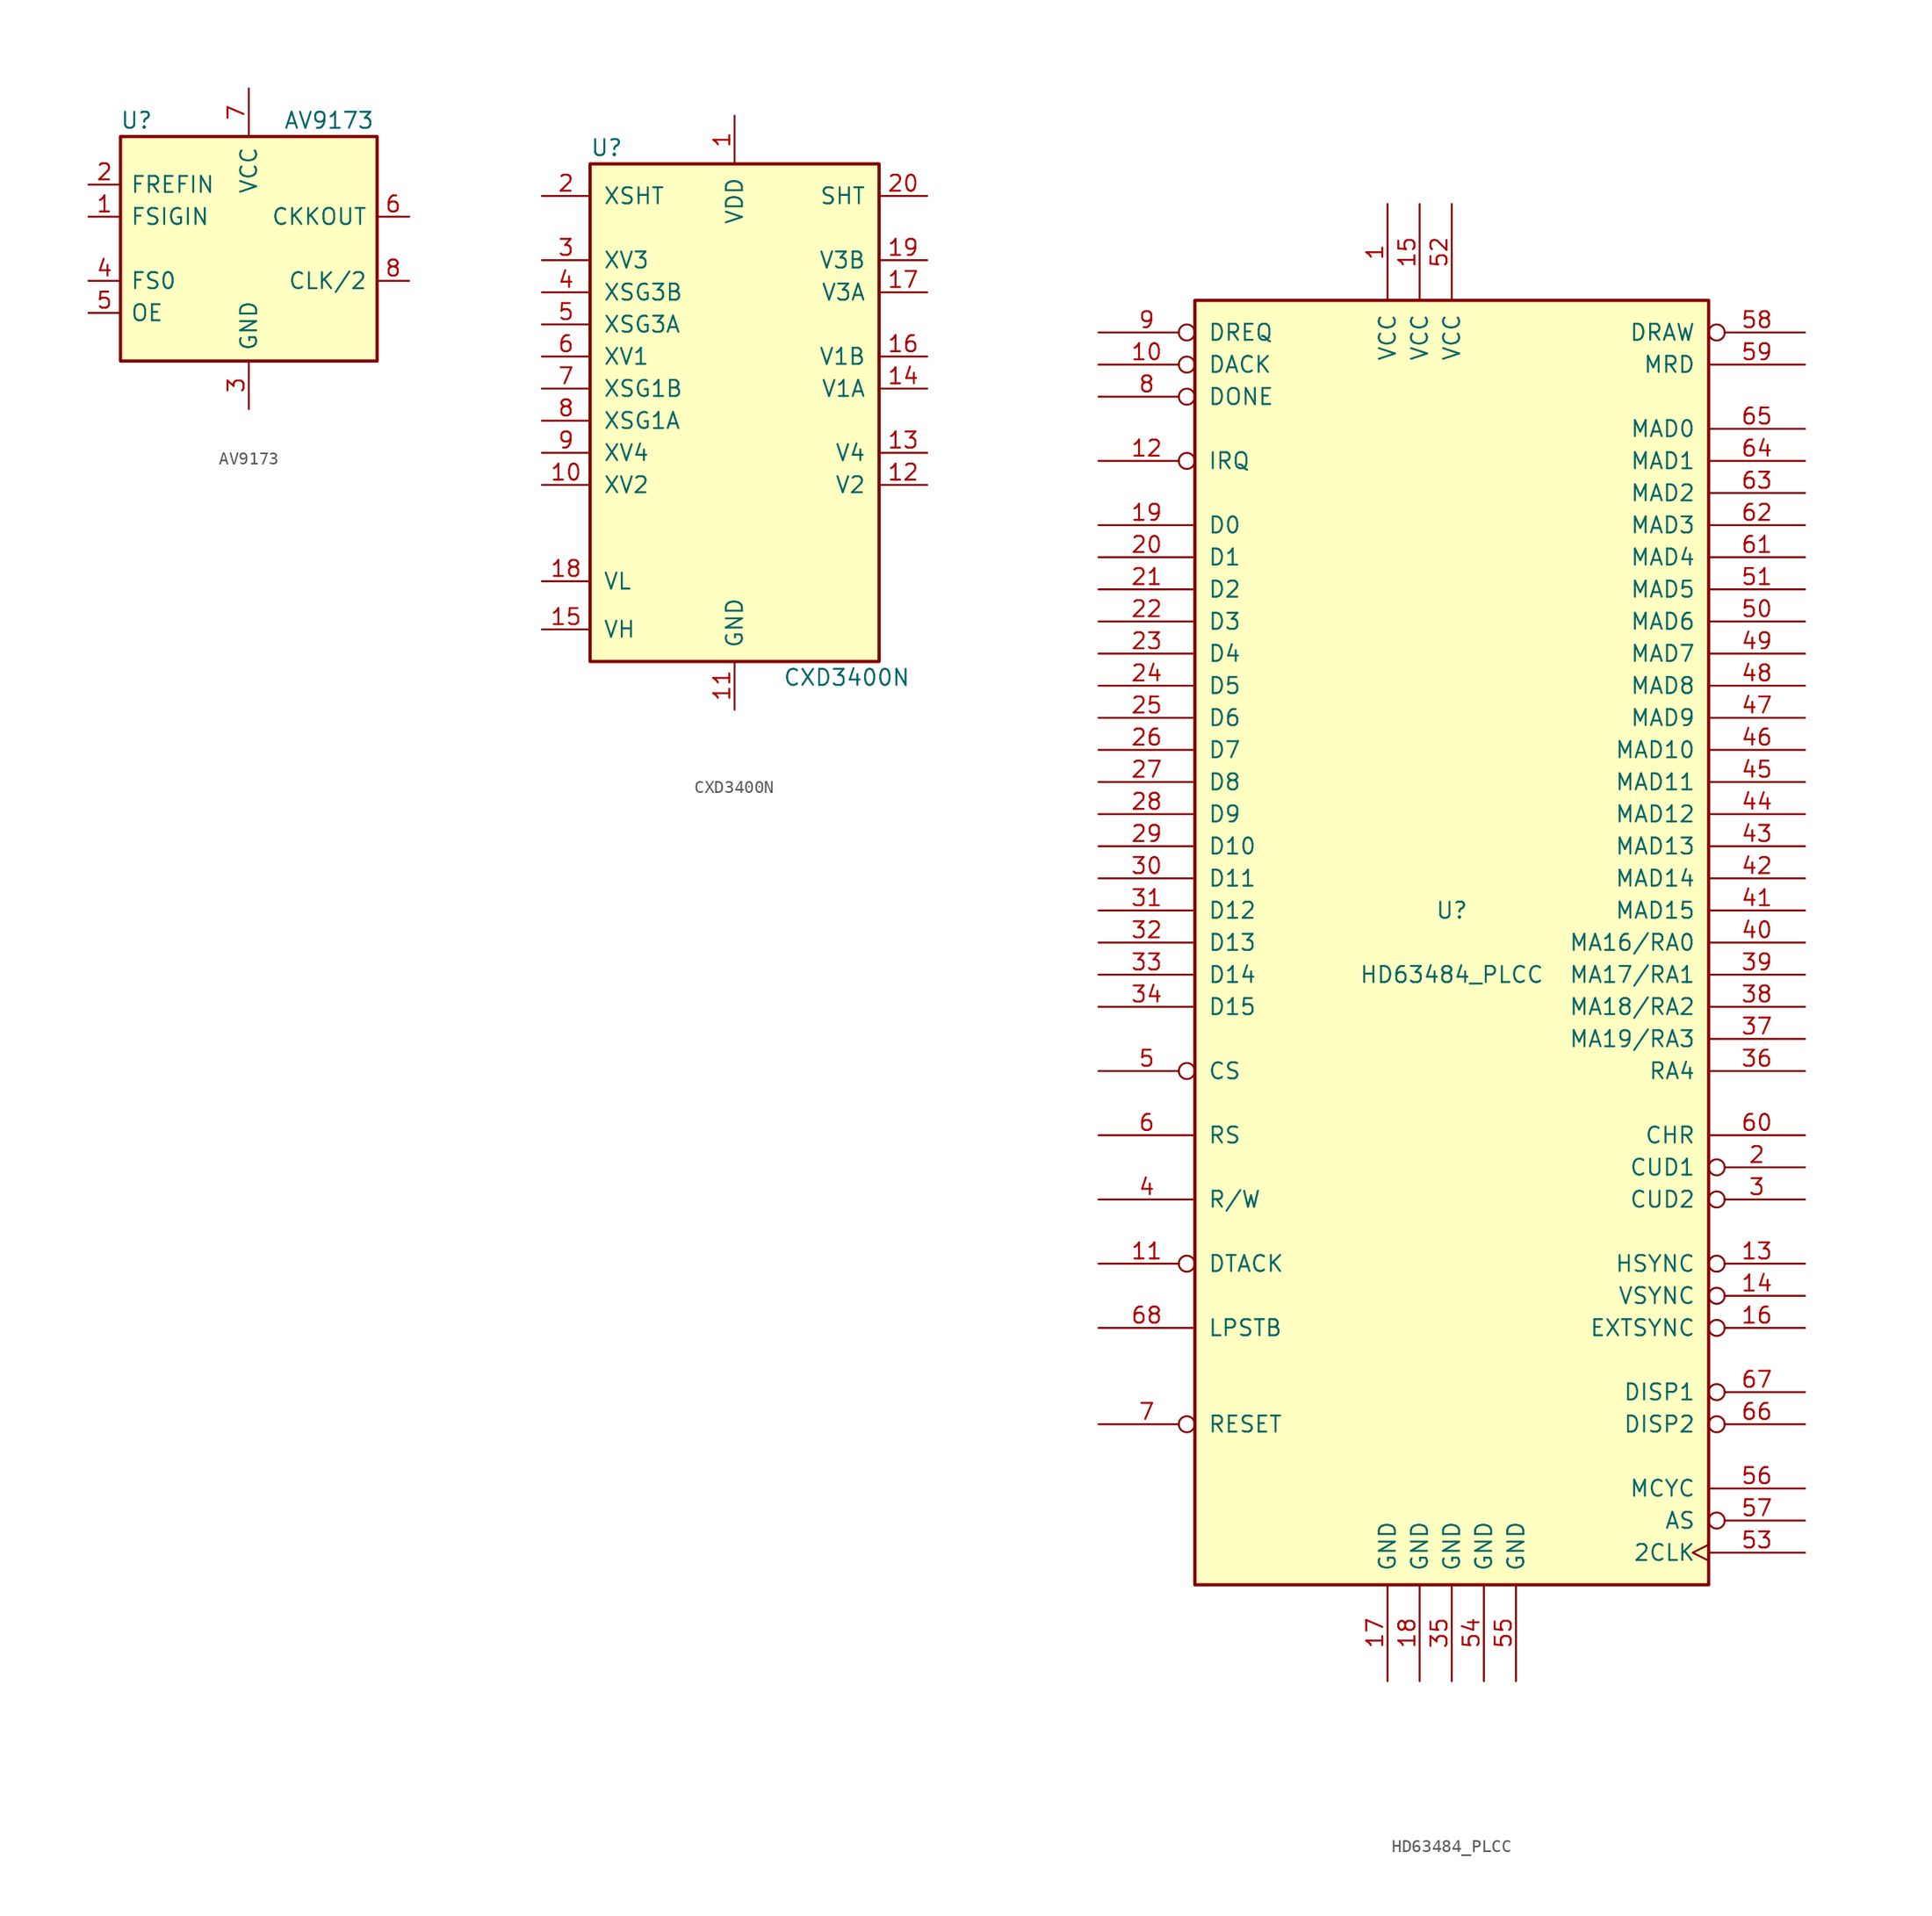
<source format=kicad_sym>
(kicad_symbol_lib
  (version 20241209)
  (generator "kicad_symbol_editor")
  (generator_version "9.0")
  (symbol "AV9173"
    (pin_names
      (offset 0.762))
    (property "Reference" "U"
      (at -8.89 10.16 0)
      (effects (font (size 1.27 1.27))))
    (property "Value" "AV9173"
      (at 6.35 10.16 0)
      (effects (font (size 1.27 1.27))))
    (symbol "AV9173_0_1"
      (rectangle (start -10.16 8.89) (end 10.16 -8.89) (stroke (width 0.254) (type default)) (fill (type background))))
    (symbol "AV9173_1_1"
      (pin input line (at -12.7 5.08 0) (length 2.54) (name "FREFIN" (effects (font (size 1.27 1.27)))) (number "2" (effects (font (size 1.27 1.27)))))
      (pin input line (at -12.7 2.54 0) (length 2.54) (name "FSIGIN" (effects (font (size 1.27 1.27)))) (number "1" (effects (font (size 1.27 1.27)))))
      (pin input line (at -12.7 -2.54 0) (length 2.54) (name "FS0" (effects (font (size 1.27 1.27)))) (number "4" (effects (font (size 1.27 1.27)))))
      (pin input line (at -12.7 -5.08 0) (length 2.54) (name "OE" (effects (font (size 1.27 1.27)))) (number "5" (effects (font (size 1.27 1.27)))))
      (pin input line (at 0 12.7 270) (length 3.81) (name "VCC" (effects (font (size 1.27 1.27)))) (number "7" (effects (font (size 1.27 1.27)))))
      (pin input line (at 0 -12.7 90) (length 3.81) (name "GND" (effects (font (size 1.27 1.27)))) (number "3" (effects (font (size 1.27 1.27)))))
      (pin tri_state line (at 12.7 2.54 180) (length 2.54) (name "CKKOUT" (effects (font (size 1.27 1.27)))) (number "6" (effects (font (size 1.27 1.27)))))
      (pin tri_state line (at 12.7 -2.54 180) (length 2.54) (name "CLK/2" (effects (font (size 1.27 1.27)))) (number "8" (effects (font (size 1.27 1.27)))))))
  (symbol "CXD3400N"
    (pin_names
      (offset 1.016))
    (property "Reference" "U"
      (at -11.43 21.59 0)
      (effects (font (size 1.27 1.27)) (justify left)))
    (property "Value" "CXD3400N"
      (at 3.81 -20.32 0)
      (effects (font (size 1.27 1.27)) (justify left)))
    (symbol "CXD3400N_0_1"
      (rectangle (start 11.43 -19.05) (end -11.43 20.32) (stroke (width 0.254) (type default)) (fill (type background))))
    (symbol "CXD3400N_1_1"
      (pin input line (at -15.24 17.78 0) (length 3.81) (name "XSHT" (effects (font (size 1.27 1.27)))) (number "2" (effects (font (size 1.27 1.27)))))
      (pin input line (at -15.24 12.7 0) (length 3.81) (name "XV3" (effects (font (size 1.27 1.27)))) (number "3" (effects (font (size 1.27 1.27)))))
      (pin input line (at -15.24 10.16 0) (length 3.81) (name "XSG3B" (effects (font (size 1.27 1.27)))) (number "4" (effects (font (size 1.27 1.27)))))
      (pin input line (at -15.24 7.62 0) (length 3.81) (name "XSG3A" (effects (font (size 1.27 1.27)))) (number "5" (effects (font (size 1.27 1.27)))))
      (pin input line (at -15.24 5.08 0) (length 3.81) (name "XV1" (effects (font (size 1.27 1.27)))) (number "6" (effects (font (size 1.27 1.27)))))
      (pin input line (at -15.24 2.54 0) (length 3.81) (name "XSG1B" (effects (font (size 1.27 1.27)))) (number "7" (effects (font (size 1.27 1.27)))))
      (pin input line (at -15.24 0 0) (length 3.81) (name "XSG1A" (effects (font (size 1.27 1.27)))) (number "8" (effects (font (size 1.27 1.27)))))
      (pin input line (at -15.24 -2.54 0) (length 3.81) (name "XV4" (effects (font (size 1.27 1.27)))) (number "9" (effects (font (size 1.27 1.27)))))
      (pin input line (at -15.24 -5.08 0) (length 3.81) (name "XV2" (effects (font (size 1.27 1.27)))) (number "10" (effects (font (size 1.27 1.27)))))
      (pin power_in line (at -15.24 -12.7 0) (length 3.81) (name "VL" (effects (font (size 1.27 1.27)))) (number "18" (effects (font (size 1.27 1.27)))))
      (pin power_in line (at -15.24 -16.51 0) (length 3.81) (name "VH" (effects (font (size 1.27 1.27)))) (number "15" (effects (font (size 1.27 1.27)))))
      (pin power_in line (at 0 24.13 270) (length 3.81) (name "VDD" (effects (font (size 1.27 1.27)))) (number "1" (effects (font (size 1.27 1.27)))))
      (pin power_in line (at 0 -22.86 90) (length 3.81) (name "GND" (effects (font (size 1.27 1.27)))) (number "11" (effects (font (size 1.27 1.27)))))
      (pin output line (at 15.24 17.78 180) (length 3.81) (name "SHT" (effects (font (size 1.27 1.27)))) (number "20" (effects (font (size 1.27 1.27)))))
      (pin output line (at 15.24 12.7 180) (length 3.81) (name "V3B" (effects (font (size 1.27 1.27)))) (number "19" (effects (font (size 1.27 1.27)))))
      (pin output line (at 15.24 10.16 180) (length 3.81) (name "V3A" (effects (font (size 1.27 1.27)))) (number "17" (effects (font (size 1.27 1.27)))))
      (pin output line (at 15.24 5.08 180) (length 3.81) (name "V1B" (effects (font (size 1.27 1.27)))) (number "16" (effects (font (size 1.27 1.27)))))
      (pin output line (at 15.24 2.54 180) (length 3.81) (name "V1A" (effects (font (size 1.27 1.27)))) (number "14" (effects (font (size 1.27 1.27)))))
      (pin output line (at 15.24 -2.54 180) (length 3.81) (name "V4" (effects (font (size 1.27 1.27)))) (number "13" (effects (font (size 1.27 1.27)))))
      (pin output line (at 15.24 -5.08 180) (length 3.81) (name "V2" (effects (font (size 1.27 1.27)))) (number "12" (effects (font (size 1.27 1.27)))))))
  (symbol "HD63484_PLCC"
    (pin_names
      (offset 1.016))
    (property "Reference" "U"
      (at 0 2.54 0)
      (effects (font (size 1.27 1.27))))
    (property "Value" "HD63484_PLCC"
      (at 0 -2.54 0)
      (effects (font (size 1.27 1.27))))
    (symbol "HD63484_PLCC_0_1"
      (rectangle (start -20.32 -50.8) (end 20.32 50.8) (stroke (width 0.254) (type default)) (fill (type background))))
    (symbol "HD63484_PLCC_1_1"
      (pin output inverted (at -27.94 48.26 0) (length 7.62) (name "DREQ" (effects (font (size 1.27 1.27)))) (number "9" (effects (font (size 1.27 1.27)))))
      (pin input inverted (at -27.94 45.72 0) (length 7.62) (name "DACK" (effects (font (size 1.27 1.27)))) (number "10" (effects (font (size 1.27 1.27)))))
      (pin input inverted (at -27.94 43.18 0) (length 7.62) (name "DONE" (effects (font (size 1.27 1.27)))) (number "8" (effects (font (size 1.27 1.27)))))
      (pin output inverted (at -27.94 38.1 0) (length 7.62) (name "IRQ" (effects (font (size 1.27 1.27)))) (number "12" (effects (font (size 1.27 1.27)))))
      (pin tri_state line (at -27.94 33.02 0) (length 7.62) (name "D0" (effects (font (size 1.27 1.27)))) (number "19" (effects (font (size 1.27 1.27)))))
      (pin tri_state line (at -27.94 30.48 0) (length 7.62) (name "D1" (effects (font (size 1.27 1.27)))) (number "20" (effects (font (size 1.27 1.27)))))
      (pin tri_state line (at -27.94 27.94 0) (length 7.62) (name "D2" (effects (font (size 1.27 1.27)))) (number "21" (effects (font (size 1.27 1.27)))))
      (pin tri_state line (at -27.94 25.4 0) (length 7.62) (name "D3" (effects (font (size 1.27 1.27)))) (number "22" (effects (font (size 1.27 1.27)))))
      (pin tri_state line (at -27.94 22.86 0) (length 7.62) (name "D4" (effects (font (size 1.27 1.27)))) (number "23" (effects (font (size 1.27 1.27)))))
      (pin tri_state line (at -27.94 20.32 0) (length 7.62) (name "D5" (effects (font (size 1.27 1.27)))) (number "24" (effects (font (size 1.27 1.27)))))
      (pin tri_state line (at -27.94 17.78 0) (length 7.62) (name "D6" (effects (font (size 1.27 1.27)))) (number "25" (effects (font (size 1.27 1.27)))))
      (pin tri_state line (at -27.94 15.24 0) (length 7.62) (name "D7" (effects (font (size 1.27 1.27)))) (number "26" (effects (font (size 1.27 1.27)))))
      (pin tri_state line (at -27.94 12.7 0) (length 7.62) (name "D8" (effects (font (size 1.27 1.27)))) (number "27" (effects (font (size 1.27 1.27)))))
      (pin tri_state line (at -27.94 10.16 0) (length 7.62) (name "D9" (effects (font (size 1.27 1.27)))) (number "28" (effects (font (size 1.27 1.27)))))
      (pin tri_state line (at -27.94 7.62 0) (length 7.62) (name "D10" (effects (font (size 1.27 1.27)))) (number "29" (effects (font (size 1.27 1.27)))))
      (pin tri_state line (at -27.94 5.08 0) (length 7.62) (name "D11" (effects (font (size 1.27 1.27)))) (number "30" (effects (font (size 1.27 1.27)))))
      (pin tri_state line (at -27.94 2.54 0) (length 7.62) (name "D12" (effects (font (size 1.27 1.27)))) (number "31" (effects (font (size 1.27 1.27)))))
      (pin tri_state line (at -27.94 0 0) (length 7.62) (name "D13" (effects (font (size 1.27 1.27)))) (number "32" (effects (font (size 1.27 1.27)))))
      (pin tri_state line (at -27.94 -2.54 0) (length 7.62) (name "D14" (effects (font (size 1.27 1.27)))) (number "33" (effects (font (size 1.27 1.27)))))
      (pin tri_state line (at -27.94 -5.08 0) (length 7.62) (name "D15" (effects (font (size 1.27 1.27)))) (number "34" (effects (font (size 1.27 1.27)))))
      (pin input inverted (at -27.94 -10.16 0) (length 7.62) (name "CS" (effects (font (size 1.27 1.27)))) (number "5" (effects (font (size 1.27 1.27)))))
      (pin input line (at -27.94 -15.24 0) (length 7.62) (name "RS" (effects (font (size 1.27 1.27)))) (number "6" (effects (font (size 1.27 1.27)))))
      (pin input line (at -27.94 -20.32 0) (length 7.62) (name "R/W" (effects (font (size 1.27 1.27)))) (number "4" (effects (font (size 1.27 1.27)))))
      (pin output inverted (at -27.94 -25.4 0) (length 7.62) (name "DTACK" (effects (font (size 1.27 1.27)))) (number "11" (effects (font (size 1.27 1.27)))))
      (pin input line (at -27.94 -30.48 0) (length 7.62) (name "LPSTB" (effects (font (size 1.27 1.27)))) (number "68" (effects (font (size 1.27 1.27)))))
      (pin input inverted (at -27.94 -38.1 0) (length 7.62) (name "RESET" (effects (font (size 1.27 1.27)))) (number "7" (effects (font (size 1.27 1.27)))))
      (pin input line (at -5.08 58.42 270) (length 7.62) (name "VCC" (effects (font (size 1.27 1.27)))) (number "1" (effects (font (size 1.27 1.27)))))
      (pin input line (at -5.08 -58.42 90) (length 7.62) (name "GND" (effects (font (size 1.27 1.27)))) (number "17" (effects (font (size 1.27 1.27)))))
      (pin input line (at -2.54 58.42 270) (length 7.62) (name "VCC" (effects (font (size 1.27 1.27)))) (number "15" (effects (font (size 1.27 1.27)))))
      (pin input line (at -2.54 -58.42 90) (length 7.62) (name "GND" (effects (font (size 1.27 1.27)))) (number "18" (effects (font (size 1.27 1.27)))))
      (pin input line (at 0 58.42 270) (length 7.62) (name "VCC" (effects (font (size 1.27 1.27)))) (number "52" (effects (font (size 1.27 1.27)))))
      (pin input line (at 0 -58.42 90) (length 7.62) (name "GND" (effects (font (size 1.27 1.27)))) (number "35" (effects (font (size 1.27 1.27)))))
      (pin input line (at 2.54 -58.42 90) (length 7.62) (name "GND" (effects (font (size 1.27 1.27)))) (number "54" (effects (font (size 1.27 1.27)))))
      (pin input line (at 5.08 -58.42 90) (length 7.62) (name "GND" (effects (font (size 1.27 1.27)))) (number "55" (effects (font (size 1.27 1.27)))))
      (pin output inverted (at 27.94 48.26 180) (length 7.62) (name "DRAW" (effects (font (size 1.27 1.27)))) (number "58" (effects (font (size 1.27 1.27)))))
      (pin output line (at 27.94 45.72 180) (length 7.62) (name "MRD" (effects (font (size 1.27 1.27)))) (number "59" (effects (font (size 1.27 1.27)))))
      (pin tri_state line (at 27.94 40.64 180) (length 7.62) (name "MAD0" (effects (font (size 1.27 1.27)))) (number "65" (effects (font (size 1.27 1.27)))))
      (pin tri_state line (at 27.94 38.1 180) (length 7.62) (name "MAD1" (effects (font (size 1.27 1.27)))) (number "64" (effects (font (size 1.27 1.27)))))
      (pin tri_state line (at 27.94 35.56 180) (length 7.62) (name "MAD2" (effects (font (size 1.27 1.27)))) (number "63" (effects (font (size 1.27 1.27)))))
      (pin tri_state line (at 27.94 33.02 180) (length 7.62) (name "MAD3" (effects (font (size 1.27 1.27)))) (number "62" (effects (font (size 1.27 1.27)))))
      (pin tri_state line (at 27.94 30.48 180) (length 7.62) (name "MAD4" (effects (font (size 1.27 1.27)))) (number "61" (effects (font (size 1.27 1.27)))))
      (pin tri_state line (at 27.94 27.94 180) (length 7.62) (name "MAD5" (effects (font (size 1.27 1.27)))) (number "51" (effects (font (size 1.27 1.27)))))
      (pin tri_state line (at 27.94 25.4 180) (length 7.62) (name "MAD6" (effects (font (size 1.27 1.27)))) (number "50" (effects (font (size 1.27 1.27)))))
      (pin tri_state line (at 27.94 22.86 180) (length 7.62) (name "MAD7" (effects (font (size 1.27 1.27)))) (number "49" (effects (font (size 1.27 1.27)))))
      (pin tri_state line (at 27.94 20.32 180) (length 7.62) (name "MAD8" (effects (font (size 1.27 1.27)))) (number "48" (effects (font (size 1.27 1.27)))))
      (pin tri_state line (at 27.94 17.78 180) (length 7.62) (name "MAD9" (effects (font (size 1.27 1.27)))) (number "47" (effects (font (size 1.27 1.27)))))
      (pin tri_state line (at 27.94 15.24 180) (length 7.62) (name "MAD10" (effects (font (size 1.27 1.27)))) (number "46" (effects (font (size 1.27 1.27)))))
      (pin tri_state line (at 27.94 12.7 180) (length 7.62) (name "MAD11" (effects (font (size 1.27 1.27)))) (number "45" (effects (font (size 1.27 1.27)))))
      (pin tri_state line (at 27.94 10.16 180) (length 7.62) (name "MAD12" (effects (font (size 1.27 1.27)))) (number "44" (effects (font (size 1.27 1.27)))))
      (pin tri_state line (at 27.94 7.62 180) (length 7.62) (name "MAD13" (effects (font (size 1.27 1.27)))) (number "43" (effects (font (size 1.27 1.27)))))
      (pin tri_state line (at 27.94 5.08 180) (length 7.62) (name "MAD14" (effects (font (size 1.27 1.27)))) (number "42" (effects (font (size 1.27 1.27)))))
      (pin tri_state line (at 27.94 2.54 180) (length 7.62) (name "MAD15" (effects (font (size 1.27 1.27)))) (number "41" (effects (font (size 1.27 1.27)))))
      (pin output line (at 27.94 0 180) (length 7.62) (name "MA16/RA0" (effects (font (size 1.27 1.27)))) (number "40" (effects (font (size 1.27 1.27)))))
      (pin output line (at 27.94 -2.54 180) (length 7.62) (name "MA17/RA1" (effects (font (size 1.27 1.27)))) (number "39" (effects (font (size 1.27 1.27)))))
      (pin output line (at 27.94 -5.08 180) (length 7.62) (name "MA18/RA2" (effects (font (size 1.27 1.27)))) (number "38" (effects (font (size 1.27 1.27)))))
      (pin output line (at 27.94 -7.62 180) (length 7.62) (name "MA19/RA3" (effects (font (size 1.27 1.27)))) (number "37" (effects (font (size 1.27 1.27)))))
      (pin output line (at 27.94 -10.16 180) (length 7.62) (name "RA4" (effects (font (size 1.27 1.27)))) (number "36" (effects (font (size 1.27 1.27)))))
      (pin output line (at 27.94 -15.24 180) (length 7.62) (name "CHR" (effects (font (size 1.27 1.27)))) (number "60" (effects (font (size 1.27 1.27)))))
      (pin output inverted (at 27.94 -17.78 180) (length 7.62) (name "CUD1" (effects (font (size 1.27 1.27)))) (number "2" (effects (font (size 1.27 1.27)))))
      (pin output inverted (at 27.94 -20.32 180) (length 7.62) (name "CUD2" (effects (font (size 1.27 1.27)))) (number "3" (effects (font (size 1.27 1.27)))))
      (pin output inverted (at 27.94 -25.4 180) (length 7.62) (name "HSYNC" (effects (font (size 1.27 1.27)))) (number "13" (effects (font (size 1.27 1.27)))))
      (pin output inverted (at 27.94 -27.94 180) (length 7.62) (name "VSYNC" (effects (font (size 1.27 1.27)))) (number "14" (effects (font (size 1.27 1.27)))))
      (pin input inverted (at 27.94 -30.48 180) (length 7.62) (name "EXTSYNC" (effects (font (size 1.27 1.27)))) (number "16" (effects (font (size 1.27 1.27)))))
      (pin output inverted (at 27.94 -35.56 180) (length 7.62) (name "DISP1" (effects (font (size 1.27 1.27)))) (number "67" (effects (font (size 1.27 1.27)))))
      (pin output inverted (at 27.94 -38.1 180) (length 7.62) (name "DISP2" (effects (font (size 1.27 1.27)))) (number "66" (effects (font (size 1.27 1.27)))))
      (pin output line (at 27.94 -43.18 180) (length 7.62) (name "MCYC" (effects (font (size 1.27 1.27)))) (number "56" (effects (font (size 1.27 1.27)))))
      (pin output inverted (at 27.94 -45.72 180) (length 7.62) (name "AS" (effects (font (size 1.27 1.27)))) (number "57" (effects (font (size 1.27 1.27)))))
      (pin input clock (at 27.94 -48.26 180) (length 7.62) (name "2CLK" (effects (font (size 1.27 1.27)))) (number "53" (effects (font (size 1.27 1.27))))))))
</source>
